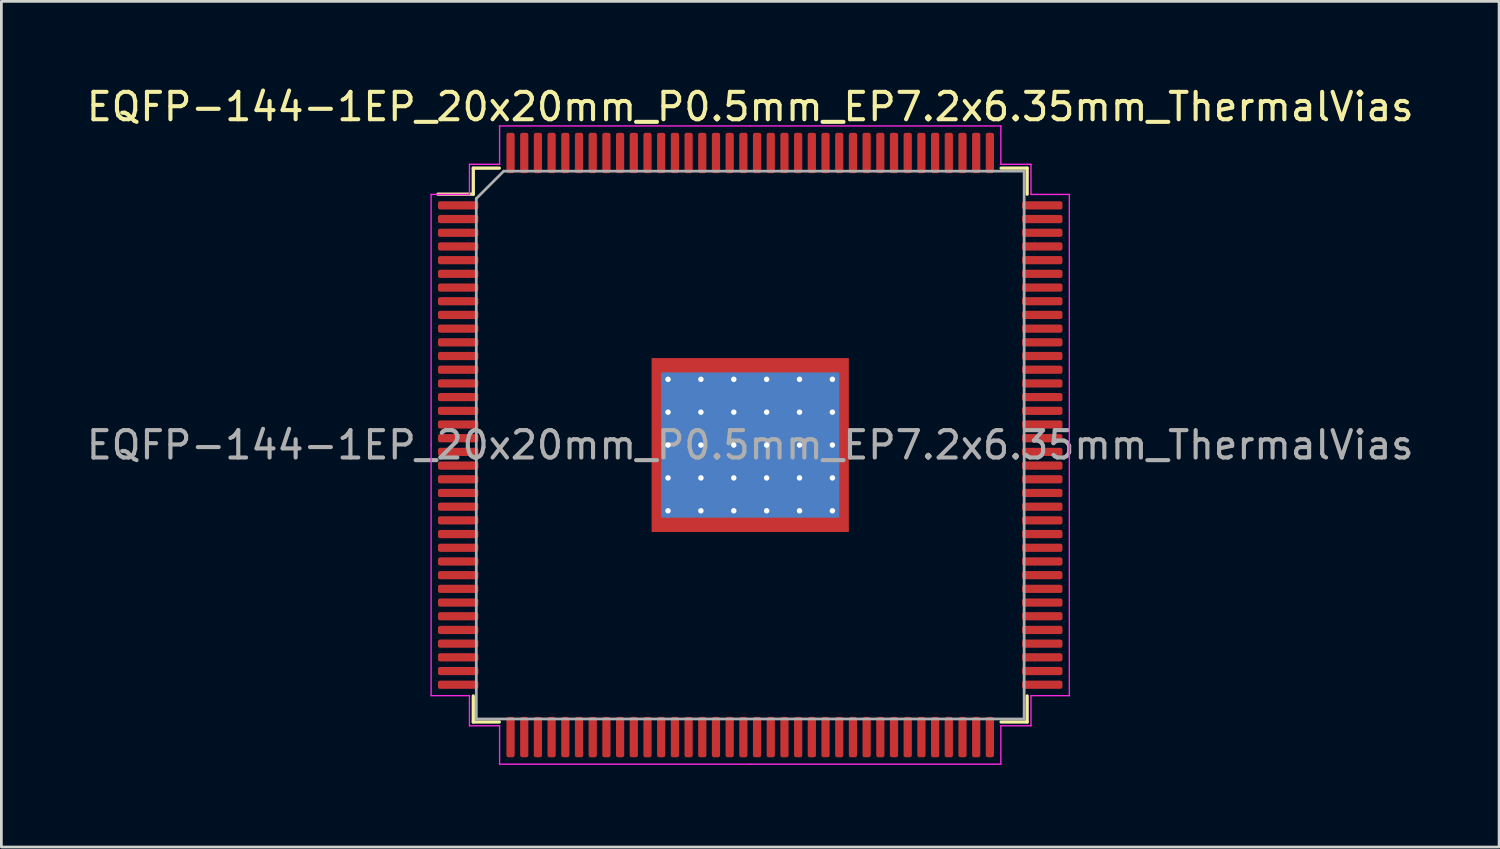
<source format=kicad_pcb>
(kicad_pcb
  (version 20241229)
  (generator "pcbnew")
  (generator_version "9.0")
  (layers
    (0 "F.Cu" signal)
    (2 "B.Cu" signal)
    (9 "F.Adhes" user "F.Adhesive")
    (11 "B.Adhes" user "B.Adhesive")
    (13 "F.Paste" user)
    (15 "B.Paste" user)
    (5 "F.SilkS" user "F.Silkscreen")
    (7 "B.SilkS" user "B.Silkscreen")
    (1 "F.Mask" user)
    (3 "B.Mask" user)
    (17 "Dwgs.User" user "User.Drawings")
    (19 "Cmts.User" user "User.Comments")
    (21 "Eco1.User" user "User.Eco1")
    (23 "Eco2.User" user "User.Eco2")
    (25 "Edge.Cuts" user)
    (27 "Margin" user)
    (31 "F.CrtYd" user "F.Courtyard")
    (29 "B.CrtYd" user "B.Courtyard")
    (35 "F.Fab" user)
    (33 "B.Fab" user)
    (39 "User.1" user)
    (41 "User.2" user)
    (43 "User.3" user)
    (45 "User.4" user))
  (footprint "EQFP-144-1EP_20x20mm_P0.5mm_EP7.2x6.35mm_ThermalVias"
    (layer "F.Cu")
    (at 24.339 13.198)
    (property "Reference" "EQFP-144-1EP_20x20mm_P0.5mm_EP7.2x6.35mm_ThermalVias" (at 0 -12.35 0) (layer "F.SilkS") (effects (font (size 1 1) (thickness 0.15))))
    (attr smd)
    (fp_line (start -10.11 -10.11) (end -10.11 -9.16) (stroke (width 0.12) (type solid)) (layer "F.SilkS"))
    (fp_line (start -10.11 -9.16) (end -11.4 -9.16) (stroke (width 0.12) (type solid)) (layer "F.SilkS"))
    (fp_line (start -10.11 10.11) (end -10.11 9.16) (stroke (width 0.12) (type solid)) (layer "F.SilkS"))
    (fp_line (start -9.16 -10.11) (end -10.11 -10.11) (stroke (width 0.12) (type solid)) (layer "F.SilkS"))
    (fp_line (start -9.16 10.11) (end -10.11 10.11) (stroke (width 0.12) (type solid)) (layer "F.SilkS"))
    (fp_line (start 9.16 -10.11) (end 10.11 -10.11) (stroke (width 0.12) (type solid)) (layer "F.SilkS"))
    (fp_line (start 9.16 10.11) (end 10.11 10.11) (stroke (width 0.12) (type solid)) (layer "F.SilkS"))
    (fp_line (start 10.11 -10.11) (end 10.11 -9.16) (stroke (width 0.12) (type solid)) (layer "F.SilkS"))
    (fp_line (start 10.11 10.11) (end 10.11 9.16) (stroke (width 0.12) (type solid)) (layer "F.SilkS"))
    (fp_line (start -11.65 -9.15) (end -11.65 0) (stroke (width 0.05) (type solid)) (layer "F.CrtYd"))
    (fp_line (start -11.65 9.15) (end -11.65 0) (stroke (width 0.05) (type solid)) (layer "F.CrtYd"))
    (fp_line (start -10.25 -10.25) (end -10.25 -9.15) (stroke (width 0.05) (type solid)) (layer "F.CrtYd"))
    (fp_line (start -10.25 -9.15) (end -11.65 -9.15) (stroke (width 0.05) (type solid)) (layer "F.CrtYd"))
    (fp_line (start -10.25 9.15) (end -11.65 9.15) (stroke (width 0.05) (type solid)) (layer "F.CrtYd"))
    (fp_line (start -10.25 10.25) (end -10.25 9.15) (stroke (width 0.05) (type solid)) (layer "F.CrtYd"))
    (fp_line (start -9.15 -11.65) (end -9.15 -10.25) (stroke (width 0.05) (type solid)) (layer "F.CrtYd"))
    (fp_line (start -9.15 -10.25) (end -10.25 -10.25) (stroke (width 0.05) (type solid)) (layer "F.CrtYd"))
    (fp_line (start -9.15 10.25) (end -10.25 10.25) (stroke (width 0.05) (type solid)) (layer "F.CrtYd"))
    (fp_line (start -9.15 11.65) (end -9.15 10.25) (stroke (width 0.05) (type solid)) (layer "F.CrtYd"))
    (fp_line (start 0 -11.65) (end -9.15 -11.65) (stroke (width 0.05) (type solid)) (layer "F.CrtYd"))
    (fp_line (start 0 -11.65) (end 9.15 -11.65) (stroke (width 0.05) (type solid)) (layer "F.CrtYd"))
    (fp_line (start 0 11.65) (end -9.15 11.65) (stroke (width 0.05) (type solid)) (layer "F.CrtYd"))
    (fp_line (start 0 11.65) (end 9.15 11.65) (stroke (width 0.05) (type solid)) (layer "F.CrtYd"))
    (fp_line (start 9.15 -11.65) (end 9.15 -10.25) (stroke (width 0.05) (type solid)) (layer "F.CrtYd"))
    (fp_line (start 9.15 -10.25) (end 10.25 -10.25) (stroke (width 0.05) (type solid)) (layer "F.CrtYd"))
    (fp_line (start 9.15 10.25) (end 10.25 10.25) (stroke (width 0.05) (type solid)) (layer "F.CrtYd"))
    (fp_line (start 9.15 11.65) (end 9.15 10.25) (stroke (width 0.05) (type solid)) (layer "F.CrtYd"))
    (fp_line (start 10.25 -10.25) (end 10.25 -9.15) (stroke (width 0.05) (type solid)) (layer "F.CrtYd"))
    (fp_line (start 10.25 -9.15) (end 11.65 -9.15) (stroke (width 0.05) (type solid)) (layer "F.CrtYd"))
    (fp_line (start 10.25 9.15) (end 11.65 9.15) (stroke (width 0.05) (type solid)) (layer "F.CrtYd"))
    (fp_line (start 10.25 10.25) (end 10.25 9.15) (stroke (width 0.05) (type solid)) (layer "F.CrtYd"))
    (fp_line (start 11.65 -9.15) (end 11.65 0) (stroke (width 0.05) (type solid)) (layer "F.CrtYd"))
    (fp_line (start 11.65 9.15) (end 11.65 0) (stroke (width 0.05) (type solid)) (layer "F.CrtYd"))
    (fp_line (start -10 -9) (end -9 -10) (stroke (width 0.1) (type solid)) (layer "F.Fab"))
    (fp_line (start -10 10) (end -10 -9) (stroke (width 0.1) (type solid)) (layer "F.Fab"))
    (fp_line (start -9 -10) (end 10 -10) (stroke (width 0.1) (type solid)) (layer "F.Fab"))
    (fp_line (start 10 -10) (end 10 10) (stroke (width 0.1) (type solid)) (layer "F.Fab"))
    (fp_line (start 10 10) (end -10 10) (stroke (width 0.1) (type solid)) (layer "F.Fab"))
    (fp_text user "${REFERENCE}" (at 0 0 0) (layer "F.Fab") (effects (font (size 1 1) (thickness 0.15))))
    (pad "" smd custom (at -3.3 -2.788) (size 0.378 0.378) (layers "F.Paste") (options (anchor circle)) (primitives (gr_poly (pts (xy 0.136 0.119) (xy 0.048 0.207) (xy -0.136 0.207) (xy -0.136 -0.207) (xy 0.136 -0.207)) (width 0.212) (fill yes))))
    (pad "" smd custom (at -3.3 -1.8) (size 0.407 0.407) (layers "F.Paste") (options (anchor circle)) (primitives (gr_poly (pts (xy 0.165 -0.344) (xy 0.165 0.344) (xy 0.102 0.407) (xy -0.165 0.407) (xy -0.165 -0.407) (xy 0.102 -0.407)) (width 0.153) (fill yes))))
    (pad "" smd custom (at -3.3 -0.6) (size 0.407 0.407) (layers "F.Paste") (options (anchor circle)) (primitives (gr_poly (pts (xy 0.165 -0.344) (xy 0.165 0.344) (xy 0.102 0.407) (xy -0.165 0.407) (xy -0.165 -0.407) (xy 0.102 -0.407)) (width 0.153) (fill yes))))
    (pad "" smd custom (at -3.3 0.6) (size 0.407 0.407) (layers "F.Paste") (options (anchor circle)) (primitives (gr_poly (pts (xy 0.165 -0.344) (xy 0.165 0.344) (xy 0.102 0.407) (xy -0.165 0.407) (xy -0.165 -0.407) (xy 0.102 -0.407)) (width 0.153) (fill yes))))
    (pad "" smd custom (at -3.3 1.8) (size 0.407 0.407) (layers "F.Paste") (options (anchor circle)) (primitives (gr_poly (pts (xy 0.165 -0.344) (xy 0.165 0.344) (xy 0.102 0.407) (xy -0.165 0.407) (xy -0.165 -0.407) (xy 0.102 -0.407)) (width 0.153) (fill yes))))
    (pad "" smd custom (at -3.3 2.788) (size 0.378 0.378) (layers "F.Paste") (options (anchor circle)) (primitives (gr_poly (pts (xy 0.136 -0.119) (xy 0.136 0.207) (xy -0.136 0.207) (xy -0.136 -0.207) (xy 0.048 -0.207)) (width 0.212) (fill yes))))
    (pad "" smd roundrect (at -2.4 -2.788) (size 0.967 0.625) (layers "F.Paste") (roundrect_rratio 0.25))
    (pad "" smd roundrect (at -2.4 -1.8) (size 0.967 0.967) (layers "F.Paste") (roundrect_rratio 0.25))
    (pad "" smd roundrect (at -2.4 -0.6) (size 0.967 0.967) (layers "F.Paste") (roundrect_rratio 0.25))
    (pad "" smd roundrect (at -2.4 0.6) (size 0.967 0.967) (layers "F.Paste") (roundrect_rratio 0.25))
    (pad "" smd roundrect (at -2.4 1.8) (size 0.967 0.967) (layers "F.Paste") (roundrect_rratio 0.25))
    (pad "" smd roundrect (at -2.4 2.788) (size 0.967 0.625) (layers "F.Paste") (roundrect_rratio 0.25))
    (pad "" smd roundrect (at -1.2 -2.788) (size 0.967 0.625) (layers "F.Paste") (roundrect_rratio 0.25))
    (pad "" smd roundrect (at -1.2 -1.8) (size 0.967 0.967) (layers "F.Paste") (roundrect_rratio 0.25))
    (pad "" smd roundrect (at -1.2 -0.6) (size 0.967 0.967) (layers "F.Paste") (roundrect_rratio 0.25))
    (pad "" smd roundrect (at -1.2 0.6) (size 0.967 0.967) (layers "F.Paste") (roundrect_rratio 0.25))
    (pad "" smd roundrect (at -1.2 1.8) (size 0.967 0.967) (layers "F.Paste") (roundrect_rratio 0.25))
    (pad "" smd roundrect (at -1.2 2.788) (size 0.967 0.625) (layers "F.Paste") (roundrect_rratio 0.25))
    (pad "" smd roundrect (at 0 -2.788) (size 0.967 0.625) (layers "F.Paste") (roundrect_rratio 0.25))
    (pad "" smd roundrect (at 0 -1.8) (size 0.967 0.967) (layers "F.Paste") (roundrect_rratio 0.25))
    (pad "" smd roundrect (at 0 -0.6) (size 0.967 0.967) (layers "F.Paste") (roundrect_rratio 0.25))
    (pad "" smd roundrect (at 0 0.6) (size 0.967 0.967) (layers "F.Paste") (roundrect_rratio 0.25))
    (pad "" smd roundrect (at 0 1.8) (size 0.967 0.967) (layers "F.Paste") (roundrect_rratio 0.25))
    (pad "" smd roundrect (at 0 2.788) (size 0.967 0.625) (layers "F.Paste") (roundrect_rratio 0.25))
    (pad "" smd roundrect (at 1.2 -2.788) (size 0.967 0.625) (layers "F.Paste") (roundrect_rratio 0.25))
    (pad "" smd roundrect (at 1.2 -1.8) (size 0.967 0.967) (layers "F.Paste") (roundrect_rratio 0.25))
    (pad "" smd roundrect (at 1.2 -0.6) (size 0.967 0.967) (layers "F.Paste") (roundrect_rratio 0.25))
    (pad "" smd roundrect (at 1.2 0.6) (size 0.967 0.967) (layers "F.Paste") (roundrect_rratio 0.25))
    (pad "" smd roundrect (at 1.2 1.8) (size 0.967 0.967) (layers "F.Paste") (roundrect_rratio 0.25))
    (pad "" smd roundrect (at 1.2 2.788) (size 0.967 0.625) (layers "F.Paste") (roundrect_rratio 0.25))
    (pad "" smd roundrect (at 2.4 -2.788) (size 0.967 0.625) (layers "F.Paste") (roundrect_rratio 0.25))
    (pad "" smd roundrect (at 2.4 -1.8) (size 0.967 0.967) (layers "F.Paste") (roundrect_rratio 0.25))
    (pad "" smd roundrect (at 2.4 -0.6) (size 0.967 0.967) (layers "F.Paste") (roundrect_rratio 0.25))
    (pad "" smd roundrect (at 2.4 0.6) (size 0.967 0.967) (layers "F.Paste") (roundrect_rratio 0.25))
    (pad "" smd roundrect (at 2.4 1.8) (size 0.967 0.967) (layers "F.Paste") (roundrect_rratio 0.25))
    (pad "" smd roundrect (at 2.4 2.788) (size 0.967 0.625) (layers "F.Paste") (roundrect_rratio 0.25))
    (pad "" smd custom (at 3.3 -2.788) (size 0.378 0.378) (layers "F.Paste") (options (anchor circle)) (primitives (gr_poly (pts (xy 0.136 0.207) (xy -0.048 0.207) (xy -0.136 0.119) (xy -0.136 -0.207) (xy 0.136 -0.207)) (width 0.212) (fill yes))))
    (pad "" smd custom (at 3.3 -1.8) (size 0.407 0.407) (layers "F.Paste") (options (anchor circle)) (primitives (gr_poly (pts (xy 0.165 0.407) (xy -0.102 0.407) (xy -0.165 0.344) (xy -0.165 -0.344) (xy -0.102 -0.407) (xy 0.165 -0.407)) (width 0.153) (fill yes))))
    (pad "" smd custom (at 3.3 -0.6) (size 0.407 0.407) (layers "F.Paste") (options (anchor circle)) (primitives (gr_poly (pts (xy 0.165 0.407) (xy -0.102 0.407) (xy -0.165 0.344) (xy -0.165 -0.344) (xy -0.102 -0.407) (xy 0.165 -0.407)) (width 0.153) (fill yes))))
    (pad "" smd custom (at 3.3 0.6) (size 0.407 0.407) (layers "F.Paste") (options (anchor circle)) (primitives (gr_poly (pts (xy 0.165 0.407) (xy -0.102 0.407) (xy -0.165 0.344) (xy -0.165 -0.344) (xy -0.102 -0.407) (xy 0.165 -0.407)) (width 0.153) (fill yes))))
    (pad "" smd custom (at 3.3 1.8) (size 0.407 0.407) (layers "F.Paste") (options (anchor circle)) (primitives (gr_poly (pts (xy 0.165 0.407) (xy -0.102 0.407) (xy -0.165 0.344) (xy -0.165 -0.344) (xy -0.102 -0.407) (xy 0.165 -0.407)) (width 0.153) (fill yes))))
    (pad "" smd custom (at 3.3 2.788) (size 0.378 0.378) (layers "F.Paste") (options (anchor circle)) (primitives (gr_poly (pts (xy 0.136 0.207) (xy -0.136 0.207) (xy -0.136 -0.119) (xy -0.048 -0.207) (xy 0.136 -0.207)) (width 0.212) (fill yes))))
    (pad "1" smd roundrect (at -10.662 -8.75) (size 1.475 0.3) (layers "F.Cu" "F.Mask" "F.Paste") (roundrect_rratio 0.25))
    (pad "2" smd roundrect (at -10.662 -8.25) (size 1.475 0.3) (layers "F.Cu" "F.Mask" "F.Paste") (roundrect_rratio 0.25))
    (pad "3" smd roundrect (at -10.662 -7.75) (size 1.475 0.3) (layers "F.Cu" "F.Mask" "F.Paste") (roundrect_rratio 0.25))
    (pad "4" smd roundrect (at -10.662 -7.25) (size 1.475 0.3) (layers "F.Cu" "F.Mask" "F.Paste") (roundrect_rratio 0.25))
    (pad "5" smd roundrect (at -10.662 -6.75) (size 1.475 0.3) (layers "F.Cu" "F.Mask" "F.Paste") (roundrect_rratio 0.25))
    (pad "6" smd roundrect (at -10.662 -6.25) (size 1.475 0.3) (layers "F.Cu" "F.Mask" "F.Paste") (roundrect_rratio 0.25))
    (pad "7" smd roundrect (at -10.662 -5.75) (size 1.475 0.3) (layers "F.Cu" "F.Mask" "F.Paste") (roundrect_rratio 0.25))
    (pad "8" smd roundrect (at -10.662 -5.25) (size 1.475 0.3) (layers "F.Cu" "F.Mask" "F.Paste") (roundrect_rratio 0.25))
    (pad "9" smd roundrect (at -10.662 -4.75) (size 1.475 0.3) (layers "F.Cu" "F.Mask" "F.Paste") (roundrect_rratio 0.25))
    (pad "10" smd roundrect (at -10.662 -4.25) (size 1.475 0.3) (layers "F.Cu" "F.Mask" "F.Paste") (roundrect_rratio 0.25))
    (pad "11" smd roundrect (at -10.662 -3.75) (size 1.475 0.3) (layers "F.Cu" "F.Mask" "F.Paste") (roundrect_rratio 0.25))
    (pad "12" smd roundrect (at -10.662 -3.25) (size 1.475 0.3) (layers "F.Cu" "F.Mask" "F.Paste") (roundrect_rratio 0.25))
    (pad "13" smd roundrect (at -10.662 -2.75) (size 1.475 0.3) (layers "F.Cu" "F.Mask" "F.Paste") (roundrect_rratio 0.25))
    (pad "14" smd roundrect (at -10.662 -2.25) (size 1.475 0.3) (layers "F.Cu" "F.Mask" "F.Paste") (roundrect_rratio 0.25))
    (pad "15" smd roundrect (at -10.662 -1.75) (size 1.475 0.3) (layers "F.Cu" "F.Mask" "F.Paste") (roundrect_rratio 0.25))
    (pad "16" smd roundrect (at -10.662 -1.25) (size 1.475 0.3) (layers "F.Cu" "F.Mask" "F.Paste") (roundrect_rratio 0.25))
    (pad "17" smd roundrect (at -10.662 -0.75) (size 1.475 0.3) (layers "F.Cu" "F.Mask" "F.Paste") (roundrect_rratio 0.25))
    (pad "18" smd roundrect (at -10.662 -0.25) (size 1.475 0.3) (layers "F.Cu" "F.Mask" "F.Paste") (roundrect_rratio 0.25))
    (pad "19" smd roundrect (at -10.662 0.25) (size 1.475 0.3) (layers "F.Cu" "F.Mask" "F.Paste") (roundrect_rratio 0.25))
    (pad "20" smd roundrect (at -10.662 0.75) (size 1.475 0.3) (layers "F.Cu" "F.Mask" "F.Paste") (roundrect_rratio 0.25))
    (pad "21" smd roundrect (at -10.662 1.25) (size 1.475 0.3) (layers "F.Cu" "F.Mask" "F.Paste") (roundrect_rratio 0.25))
    (pad "22" smd roundrect (at -10.662 1.75) (size 1.475 0.3) (layers "F.Cu" "F.Mask" "F.Paste") (roundrect_rratio 0.25))
    (pad "23" smd roundrect (at -10.662 2.25) (size 1.475 0.3) (layers "F.Cu" "F.Mask" "F.Paste") (roundrect_rratio 0.25))
    (pad "24" smd roundrect (at -10.662 2.75) (size 1.475 0.3) (layers "F.Cu" "F.Mask" "F.Paste") (roundrect_rratio 0.25))
    (pad "25" smd roundrect (at -10.662 3.25) (size 1.475 0.3) (layers "F.Cu" "F.Mask" "F.Paste") (roundrect_rratio 0.25))
    (pad "26" smd roundrect (at -10.662 3.75) (size 1.475 0.3) (layers "F.Cu" "F.Mask" "F.Paste") (roundrect_rratio 0.25))
    (pad "27" smd roundrect (at -10.662 4.25) (size 1.475 0.3) (layers "F.Cu" "F.Mask" "F.Paste") (roundrect_rratio 0.25))
    (pad "28" smd roundrect (at -10.662 4.75) (size 1.475 0.3) (layers "F.Cu" "F.Mask" "F.Paste") (roundrect_rratio 0.25))
    (pad "29" smd roundrect (at -10.662 5.25) (size 1.475 0.3) (layers "F.Cu" "F.Mask" "F.Paste") (roundrect_rratio 0.25))
    (pad "30" smd roundrect (at -10.662 5.75) (size 1.475 0.3) (layers "F.Cu" "F.Mask" "F.Paste") (roundrect_rratio 0.25))
    (pad "31" smd roundrect (at -10.662 6.25) (size 1.475 0.3) (layers "F.Cu" "F.Mask" "F.Paste") (roundrect_rratio 0.25))
    (pad "32" smd roundrect (at -10.662 6.75) (size 1.475 0.3) (layers "F.Cu" "F.Mask" "F.Paste") (roundrect_rratio 0.25))
    (pad "33" smd roundrect (at -10.662 7.25) (size 1.475 0.3) (layers "F.Cu" "F.Mask" "F.Paste") (roundrect_rratio 0.25))
    (pad "34" smd roundrect (at -10.662 7.75) (size 1.475 0.3) (layers "F.Cu" "F.Mask" "F.Paste") (roundrect_rratio 0.25))
    (pad "35" smd roundrect (at -10.662 8.25) (size 1.475 0.3) (layers "F.Cu" "F.Mask" "F.Paste") (roundrect_rratio 0.25))
    (pad "36" smd roundrect (at -10.662 8.75) (size 1.475 0.3) (layers "F.Cu" "F.Mask" "F.Paste") (roundrect_rratio 0.25))
    (pad "37" smd roundrect (at -8.75 10.662) (size 0.3 1.475) (layers "F.Cu" "F.Mask" "F.Paste") (roundrect_rratio 0.25))
    (pad "38" smd roundrect (at -8.25 10.662) (size 0.3 1.475) (layers "F.Cu" "F.Mask" "F.Paste") (roundrect_rratio 0.25))
    (pad "39" smd roundrect (at -7.75 10.662) (size 0.3 1.475) (layers "F.Cu" "F.Mask" "F.Paste") (roundrect_rratio 0.25))
    (pad "40" smd roundrect (at -7.25 10.662) (size 0.3 1.475) (layers "F.Cu" "F.Mask" "F.Paste") (roundrect_rratio 0.25))
    (pad "41" smd roundrect (at -6.75 10.662) (size 0.3 1.475) (layers "F.Cu" "F.Mask" "F.Paste") (roundrect_rratio 0.25))
    (pad "42" smd roundrect (at -6.25 10.662) (size 0.3 1.475) (layers "F.Cu" "F.Mask" "F.Paste") (roundrect_rratio 0.25))
    (pad "43" smd roundrect (at -5.75 10.662) (size 0.3 1.475) (layers "F.Cu" "F.Mask" "F.Paste") (roundrect_rratio 0.25))
    (pad "44" smd roundrect (at -5.25 10.662) (size 0.3 1.475) (layers "F.Cu" "F.Mask" "F.Paste") (roundrect_rratio 0.25))
    (pad "45" smd roundrect (at -4.75 10.662) (size 0.3 1.475) (layers "F.Cu" "F.Mask" "F.Paste") (roundrect_rratio 0.25))
    (pad "46" smd roundrect (at -4.25 10.662) (size 0.3 1.475) (layers "F.Cu" "F.Mask" "F.Paste") (roundrect_rratio 0.25))
    (pad "47" smd roundrect (at -3.75 10.662) (size 0.3 1.475) (layers "F.Cu" "F.Mask" "F.Paste") (roundrect_rratio 0.25))
    (pad "48" smd roundrect (at -3.25 10.662) (size 0.3 1.475) (layers "F.Cu" "F.Mask" "F.Paste") (roundrect_rratio 0.25))
    (pad "49" smd roundrect (at -2.75 10.662) (size 0.3 1.475) (layers "F.Cu" "F.Mask" "F.Paste") (roundrect_rratio 0.25))
    (pad "50" smd roundrect (at -2.25 10.662) (size 0.3 1.475) (layers "F.Cu" "F.Mask" "F.Paste") (roundrect_rratio 0.25))
    (pad "51" smd roundrect (at -1.75 10.662) (size 0.3 1.475) (layers "F.Cu" "F.Mask" "F.Paste") (roundrect_rratio 0.25))
    (pad "52" smd roundrect (at -1.25 10.662) (size 0.3 1.475) (layers "F.Cu" "F.Mask" "F.Paste") (roundrect_rratio 0.25))
    (pad "53" smd roundrect (at -0.75 10.662) (size 0.3 1.475) (layers "F.Cu" "F.Mask" "F.Paste") (roundrect_rratio 0.25))
    (pad "54" smd roundrect (at -0.25 10.662) (size 0.3 1.475) (layers "F.Cu" "F.Mask" "F.Paste") (roundrect_rratio 0.25))
    (pad "55" smd roundrect (at 0.25 10.662) (size 0.3 1.475) (layers "F.Cu" "F.Mask" "F.Paste") (roundrect_rratio 0.25))
    (pad "56" smd roundrect (at 0.75 10.662) (size 0.3 1.475) (layers "F.Cu" "F.Mask" "F.Paste") (roundrect_rratio 0.25))
    (pad "57" smd roundrect (at 1.25 10.662) (size 0.3 1.475) (layers "F.Cu" "F.Mask" "F.Paste") (roundrect_rratio 0.25))
    (pad "58" smd roundrect (at 1.75 10.662) (size 0.3 1.475) (layers "F.Cu" "F.Mask" "F.Paste") (roundrect_rratio 0.25))
    (pad "59" smd roundrect (at 2.25 10.662) (size 0.3 1.475) (layers "F.Cu" "F.Mask" "F.Paste") (roundrect_rratio 0.25))
    (pad "60" smd roundrect (at 2.75 10.662) (size 0.3 1.475) (layers "F.Cu" "F.Mask" "F.Paste") (roundrect_rratio 0.25))
    (pad "61" smd roundrect (at 3.25 10.662) (size 0.3 1.475) (layers "F.Cu" "F.Mask" "F.Paste") (roundrect_rratio 0.25))
    (pad "62" smd roundrect (at 3.75 10.662) (size 0.3 1.475) (layers "F.Cu" "F.Mask" "F.Paste") (roundrect_rratio 0.25))
    (pad "63" smd roundrect (at 4.25 10.662) (size 0.3 1.475) (layers "F.Cu" "F.Mask" "F.Paste") (roundrect_rratio 0.25))
    (pad "64" smd roundrect (at 4.75 10.662) (size 0.3 1.475) (layers "F.Cu" "F.Mask" "F.Paste") (roundrect_rratio 0.25))
    (pad "65" smd roundrect (at 5.25 10.662) (size 0.3 1.475) (layers "F.Cu" "F.Mask" "F.Paste") (roundrect_rratio 0.25))
    (pad "66" smd roundrect (at 5.75 10.662) (size 0.3 1.475) (layers "F.Cu" "F.Mask" "F.Paste") (roundrect_rratio 0.25))
    (pad "67" smd roundrect (at 6.25 10.662) (size 0.3 1.475) (layers "F.Cu" "F.Mask" "F.Paste") (roundrect_rratio 0.25))
    (pad "68" smd roundrect (at 6.75 10.662) (size 0.3 1.475) (layers "F.Cu" "F.Mask" "F.Paste") (roundrect_rratio 0.25))
    (pad "69" smd roundrect (at 7.25 10.662) (size 0.3 1.475) (layers "F.Cu" "F.Mask" "F.Paste") (roundrect_rratio 0.25))
    (pad "70" smd roundrect (at 7.75 10.662) (size 0.3 1.475) (layers "F.Cu" "F.Mask" "F.Paste") (roundrect_rratio 0.25))
    (pad "71" smd roundrect (at 8.25 10.662) (size 0.3 1.475) (layers "F.Cu" "F.Mask" "F.Paste") (roundrect_rratio 0.25))
    (pad "72" smd roundrect (at 8.75 10.662) (size 0.3 1.475) (layers "F.Cu" "F.Mask" "F.Paste") (roundrect_rratio 0.25))
    (pad "73" smd roundrect (at 10.662 8.75) (size 1.475 0.3) (layers "F.Cu" "F.Mask" "F.Paste") (roundrect_rratio 0.25))
    (pad "74" smd roundrect (at 10.662 8.25) (size 1.475 0.3) (layers "F.Cu" "F.Mask" "F.Paste") (roundrect_rratio 0.25))
    (pad "75" smd roundrect (at 10.662 7.75) (size 1.475 0.3) (layers "F.Cu" "F.Mask" "F.Paste") (roundrect_rratio 0.25))
    (pad "76" smd roundrect (at 10.662 7.25) (size 1.475 0.3) (layers "F.Cu" "F.Mask" "F.Paste") (roundrect_rratio 0.25))
    (pad "77" smd roundrect (at 10.662 6.75) (size 1.475 0.3) (layers "F.Cu" "F.Mask" "F.Paste") (roundrect_rratio 0.25))
    (pad "78" smd roundrect (at 10.662 6.25) (size 1.475 0.3) (layers "F.Cu" "F.Mask" "F.Paste") (roundrect_rratio 0.25))
    (pad "79" smd roundrect (at 10.662 5.75) (size 1.475 0.3) (layers "F.Cu" "F.Mask" "F.Paste") (roundrect_rratio 0.25))
    (pad "80" smd roundrect (at 10.662 5.25) (size 1.475 0.3) (layers "F.Cu" "F.Mask" "F.Paste") (roundrect_rratio 0.25))
    (pad "81" smd roundrect (at 10.662 4.75) (size 1.475 0.3) (layers "F.Cu" "F.Mask" "F.Paste") (roundrect_rratio 0.25))
    (pad "82" smd roundrect (at 10.662 4.25) (size 1.475 0.3) (layers "F.Cu" "F.Mask" "F.Paste") (roundrect_rratio 0.25))
    (pad "83" smd roundrect (at 10.662 3.75) (size 1.475 0.3) (layers "F.Cu" "F.Mask" "F.Paste") (roundrect_rratio 0.25))
    (pad "84" smd roundrect (at 10.662 3.25) (size 1.475 0.3) (layers "F.Cu" "F.Mask" "F.Paste") (roundrect_rratio 0.25))
    (pad "85" smd roundrect (at 10.662 2.75) (size 1.475 0.3) (layers "F.Cu" "F.Mask" "F.Paste") (roundrect_rratio 0.25))
    (pad "86" smd roundrect (at 10.662 2.25) (size 1.475 0.3) (layers "F.Cu" "F.Mask" "F.Paste") (roundrect_rratio 0.25))
    (pad "87" smd roundrect (at 10.662 1.75) (size 1.475 0.3) (layers "F.Cu" "F.Mask" "F.Paste") (roundrect_rratio 0.25))
    (pad "88" smd roundrect (at 10.662 1.25) (size 1.475 0.3) (layers "F.Cu" "F.Mask" "F.Paste") (roundrect_rratio 0.25))
    (pad "89" smd roundrect (at 10.662 0.75) (size 1.475 0.3) (layers "F.Cu" "F.Mask" "F.Paste") (roundrect_rratio 0.25))
    (pad "90" smd roundrect (at 10.662 0.25) (size 1.475 0.3) (layers "F.Cu" "F.Mask" "F.Paste") (roundrect_rratio 0.25))
    (pad "91" smd roundrect (at 10.662 -0.25) (size 1.475 0.3) (layers "F.Cu" "F.Mask" "F.Paste") (roundrect_rratio 0.25))
    (pad "92" smd roundrect (at 10.662 -0.75) (size 1.475 0.3) (layers "F.Cu" "F.Mask" "F.Paste") (roundrect_rratio 0.25))
    (pad "93" smd roundrect (at 10.662 -1.25) (size 1.475 0.3) (layers "F.Cu" "F.Mask" "F.Paste") (roundrect_rratio 0.25))
    (pad "94" smd roundrect (at 10.662 -1.75) (size 1.475 0.3) (layers "F.Cu" "F.Mask" "F.Paste") (roundrect_rratio 0.25))
    (pad "95" smd roundrect (at 10.662 -2.25) (size 1.475 0.3) (layers "F.Cu" "F.Mask" "F.Paste") (roundrect_rratio 0.25))
    (pad "96" smd roundrect (at 10.662 -2.75) (size 1.475 0.3) (layers "F.Cu" "F.Mask" "F.Paste") (roundrect_rratio 0.25))
    (pad "97" smd roundrect (at 10.662 -3.25) (size 1.475 0.3) (layers "F.Cu" "F.Mask" "F.Paste") (roundrect_rratio 0.25))
    (pad "98" smd roundrect (at 10.662 -3.75) (size 1.475 0.3) (layers "F.Cu" "F.Mask" "F.Paste") (roundrect_rratio 0.25))
    (pad "99" smd roundrect (at 10.662 -4.25) (size 1.475 0.3) (layers "F.Cu" "F.Mask" "F.Paste") (roundrect_rratio 0.25))
    (pad "100" smd roundrect (at 10.662 -4.75) (size 1.475 0.3) (layers "F.Cu" "F.Mask" "F.Paste") (roundrect_rratio 0.25))
    (pad "101" smd roundrect (at 10.662 -5.25) (size 1.475 0.3) (layers "F.Cu" "F.Mask" "F.Paste") (roundrect_rratio 0.25))
    (pad "102" smd roundrect (at 10.662 -5.75) (size 1.475 0.3) (layers "F.Cu" "F.Mask" "F.Paste") (roundrect_rratio 0.25))
    (pad "103" smd roundrect (at 10.662 -6.25) (size 1.475 0.3) (layers "F.Cu" "F.Mask" "F.Paste") (roundrect_rratio 0.25))
    (pad "104" smd roundrect (at 10.662 -6.75) (size 1.475 0.3) (layers "F.Cu" "F.Mask" "F.Paste") (roundrect_rratio 0.25))
    (pad "105" smd roundrect (at 10.662 -7.25) (size 1.475 0.3) (layers "F.Cu" "F.Mask" "F.Paste") (roundrect_rratio 0.25))
    (pad "106" smd roundrect (at 10.662 -7.75) (size 1.475 0.3) (layers "F.Cu" "F.Mask" "F.Paste") (roundrect_rratio 0.25))
    (pad "107" smd roundrect (at 10.662 -8.25) (size 1.475 0.3) (layers "F.Cu" "F.Mask" "F.Paste") (roundrect_rratio 0.25))
    (pad "108" smd roundrect (at 10.662 -8.75) (size 1.475 0.3) (layers "F.Cu" "F.Mask" "F.Paste") (roundrect_rratio 0.25))
    (pad "109" smd roundrect (at 8.75 -10.662) (size 0.3 1.475) (layers "F.Cu" "F.Mask" "F.Paste") (roundrect_rratio 0.25))
    (pad "110" smd roundrect (at 8.25 -10.662) (size 0.3 1.475) (layers "F.Cu" "F.Mask" "F.Paste") (roundrect_rratio 0.25))
    (pad "111" smd roundrect (at 7.75 -10.662) (size 0.3 1.475) (layers "F.Cu" "F.Mask" "F.Paste") (roundrect_rratio 0.25))
    (pad "112" smd roundrect (at 7.25 -10.662) (size 0.3 1.475) (layers "F.Cu" "F.Mask" "F.Paste") (roundrect_rratio 0.25))
    (pad "113" smd roundrect (at 6.75 -10.662) (size 0.3 1.475) (layers "F.Cu" "F.Mask" "F.Paste") (roundrect_rratio 0.25))
    (pad "114" smd roundrect (at 6.25 -10.662) (size 0.3 1.475) (layers "F.Cu" "F.Mask" "F.Paste") (roundrect_rratio 0.25))
    (pad "115" smd roundrect (at 5.75 -10.662) (size 0.3 1.475) (layers "F.Cu" "F.Mask" "F.Paste") (roundrect_rratio 0.25))
    (pad "116" smd roundrect (at 5.25 -10.662) (size 0.3 1.475) (layers "F.Cu" "F.Mask" "F.Paste") (roundrect_rratio 0.25))
    (pad "117" smd roundrect (at 4.75 -10.662) (size 0.3 1.475) (layers "F.Cu" "F.Mask" "F.Paste") (roundrect_rratio 0.25))
    (pad "118" smd roundrect (at 4.25 -10.662) (size 0.3 1.475) (layers "F.Cu" "F.Mask" "F.Paste") (roundrect_rratio 0.25))
    (pad "119" smd roundrect (at 3.75 -10.662) (size 0.3 1.475) (layers "F.Cu" "F.Mask" "F.Paste") (roundrect_rratio 0.25))
    (pad "120" smd roundrect (at 3.25 -10.662) (size 0.3 1.475) (layers "F.Cu" "F.Mask" "F.Paste") (roundrect_rratio 0.25))
    (pad "121" smd roundrect (at 2.75 -10.662) (size 0.3 1.475) (layers "F.Cu" "F.Mask" "F.Paste") (roundrect_rratio 0.25))
    (pad "122" smd roundrect (at 2.25 -10.662) (size 0.3 1.475) (layers "F.Cu" "F.Mask" "F.Paste") (roundrect_rratio 0.25))
    (pad "123" smd roundrect (at 1.75 -10.662) (size 0.3 1.475) (layers "F.Cu" "F.Mask" "F.Paste") (roundrect_rratio 0.25))
    (pad "124" smd roundrect (at 1.25 -10.662) (size 0.3 1.475) (layers "F.Cu" "F.Mask" "F.Paste") (roundrect_rratio 0.25))
    (pad "125" smd roundrect (at 0.75 -10.662) (size 0.3 1.475) (layers "F.Cu" "F.Mask" "F.Paste") (roundrect_rratio 0.25))
    (pad "126" smd roundrect (at 0.25 -10.662) (size 0.3 1.475) (layers "F.Cu" "F.Mask" "F.Paste") (roundrect_rratio 0.25))
    (pad "127" smd roundrect (at -0.25 -10.662) (size 0.3 1.475) (layers "F.Cu" "F.Mask" "F.Paste") (roundrect_rratio 0.25))
    (pad "128" smd roundrect (at -0.75 -10.662) (size 0.3 1.475) (layers "F.Cu" "F.Mask" "F.Paste") (roundrect_rratio 0.25))
    (pad "129" smd roundrect (at -1.25 -10.662) (size 0.3 1.475) (layers "F.Cu" "F.Mask" "F.Paste") (roundrect_rratio 0.25))
    (pad "130" smd roundrect (at -1.75 -10.662) (size 0.3 1.475) (layers "F.Cu" "F.Mask" "F.Paste") (roundrect_rratio 0.25))
    (pad "131" smd roundrect (at -2.25 -10.662) (size 0.3 1.475) (layers "F.Cu" "F.Mask" "F.Paste") (roundrect_rratio 0.25))
    (pad "132" smd roundrect (at -2.75 -10.662) (size 0.3 1.475) (layers "F.Cu" "F.Mask" "F.Paste") (roundrect_rratio 0.25))
    (pad "133" smd roundrect (at -3.25 -10.662) (size 0.3 1.475) (layers "F.Cu" "F.Mask" "F.Paste") (roundrect_rratio 0.25))
    (pad "134" smd roundrect (at -3.75 -10.662) (size 0.3 1.475) (layers "F.Cu" "F.Mask" "F.Paste") (roundrect_rratio 0.25))
    (pad "135" smd roundrect (at -4.25 -10.662) (size 0.3 1.475) (layers "F.Cu" "F.Mask" "F.Paste") (roundrect_rratio 0.25))
    (pad "136" smd roundrect (at -4.75 -10.662) (size 0.3 1.475) (layers "F.Cu" "F.Mask" "F.Paste") (roundrect_rratio 0.25))
    (pad "137" smd roundrect (at -5.25 -10.662) (size 0.3 1.475) (layers "F.Cu" "F.Mask" "F.Paste") (roundrect_rratio 0.25))
    (pad "138" smd roundrect (at -5.75 -10.662) (size 0.3 1.475) (layers "F.Cu" "F.Mask" "F.Paste") (roundrect_rratio 0.25))
    (pad "139" smd roundrect (at -6.25 -10.662) (size 0.3 1.475) (layers "F.Cu" "F.Mask" "F.Paste") (roundrect_rratio 0.25))
    (pad "140" smd roundrect (at -6.75 -10.662) (size 0.3 1.475) (layers "F.Cu" "F.Mask" "F.Paste") (roundrect_rratio 0.25))
    (pad "141" smd roundrect (at -7.25 -10.662) (size 0.3 1.475) (layers "F.Cu" "F.Mask" "F.Paste") (roundrect_rratio 0.25))
    (pad "142" smd roundrect (at -7.75 -10.662) (size 0.3 1.475) (layers "F.Cu" "F.Mask" "F.Paste") (roundrect_rratio 0.25))
    (pad "143" smd roundrect (at -8.25 -10.662) (size 0.3 1.475) (layers "F.Cu" "F.Mask" "F.Paste") (roundrect_rratio 0.25))
    (pad "144" smd roundrect (at -8.75 -10.662) (size 0.3 1.475) (layers "F.Cu" "F.Mask" "F.Paste") (roundrect_rratio 0.25))
    (pad "145" thru_hole circle (at -3 -2.4) (size 0.5 0.5) (drill 0.2) (layers "*.Cu"))
    (pad "145" thru_hole circle (at -3 -1.2) (size 0.5 0.5) (drill 0.2) (layers "*.Cu"))
    (pad "145" thru_hole circle (at -3 0) (size 0.5 0.5) (drill 0.2) (layers "*.Cu"))
    (pad "145" thru_hole circle (at -3 1.2) (size 0.5 0.5) (drill 0.2) (layers "*.Cu"))
    (pad "145" thru_hole circle (at -3 2.4) (size 0.5 0.5) (drill 0.2) (layers "*.Cu"))
    (pad "145" thru_hole circle (at -1.8 -2.4) (size 0.5 0.5) (drill 0.2) (layers "*.Cu"))
    (pad "145" thru_hole circle (at -1.8 -1.2) (size 0.5 0.5) (drill 0.2) (layers "*.Cu"))
    (pad "145" thru_hole circle (at -1.8 0) (size 0.5 0.5) (drill 0.2) (layers "*.Cu"))
    (pad "145" thru_hole circle (at -1.8 1.2) (size 0.5 0.5) (drill 0.2) (layers "*.Cu"))
    (pad "145" thru_hole circle (at -1.8 2.4) (size 0.5 0.5) (drill 0.2) (layers "*.Cu"))
    (pad "145" thru_hole circle (at -0.6 -2.4) (size 0.5 0.5) (drill 0.2) (layers "*.Cu"))
    (pad "145" thru_hole circle (at -0.6 -1.2) (size 0.5 0.5) (drill 0.2) (layers "*.Cu"))
    (pad "145" thru_hole circle (at -0.6 0) (size 0.5 0.5) (drill 0.2) (layers "*.Cu"))
    (pad "145" thru_hole circle (at -0.6 1.2) (size 0.5 0.5) (drill 0.2) (layers "*.Cu"))
    (pad "145" thru_hole circle (at -0.6 2.4) (size 0.5 0.5) (drill 0.2) (layers "*.Cu"))
    (pad "145" smd rect (at 0 0) (size 6.5 5.3) (layers "B.Cu"))
    (pad "145" smd rect (at 0 0) (size 7.2 6.35) (layers "F.Cu" "F.Mask"))
    (pad "145" thru_hole circle (at 0.6 -2.4) (size 0.5 0.5) (drill 0.2) (layers "*.Cu"))
    (pad "145" thru_hole circle (at 0.6 -1.2) (size 0.5 0.5) (drill 0.2) (layers "*.Cu"))
    (pad "145" thru_hole circle (at 0.6 0) (size 0.5 0.5) (drill 0.2) (layers "*.Cu"))
    (pad "145" thru_hole circle (at 0.6 1.2) (size 0.5 0.5) (drill 0.2) (layers "*.Cu"))
    (pad "145" thru_hole circle (at 0.6 2.4) (size 0.5 0.5) (drill 0.2) (layers "*.Cu"))
    (pad "145" thru_hole circle (at 1.8 -2.4) (size 0.5 0.5) (drill 0.2) (layers "*.Cu"))
    (pad "145" thru_hole circle (at 1.8 -1.2) (size 0.5 0.5) (drill 0.2) (layers "*.Cu"))
    (pad "145" thru_hole circle (at 1.8 0) (size 0.5 0.5) (drill 0.2) (layers "*.Cu"))
    (pad "145" thru_hole circle (at 1.8 1.2) (size 0.5 0.5) (drill 0.2) (layers "*.Cu"))
    (pad "145" thru_hole circle (at 1.8 2.4) (size 0.5 0.5) (drill 0.2) (layers "*.Cu"))
    (pad "145" thru_hole circle (at 3 -2.4) (size 0.5 0.5) (drill 0.2) (layers "*.Cu"))
    (pad "145" thru_hole circle (at 3 -1.2) (size 0.5 0.5) (drill 0.2) (layers "*.Cu"))
    (pad "145" thru_hole circle (at 3 0) (size 0.5 0.5) (drill 0.2) (layers "*.Cu"))
    (pad "145" thru_hole circle (at 3 1.2) (size 0.5 0.5) (drill 0.2) (layers "*.Cu"))
    (pad "145" thru_hole circle (at 3 2.4) (size 0.5 0.5) (drill 0.2) (layers "*.Cu")))
  (gr_rect
    (start -3 -3)
    (end 51.679 27.873)
    (stroke (width 0.1) (type default))
    (fill no)
    (layer "Edge.Cuts")))
</source>
